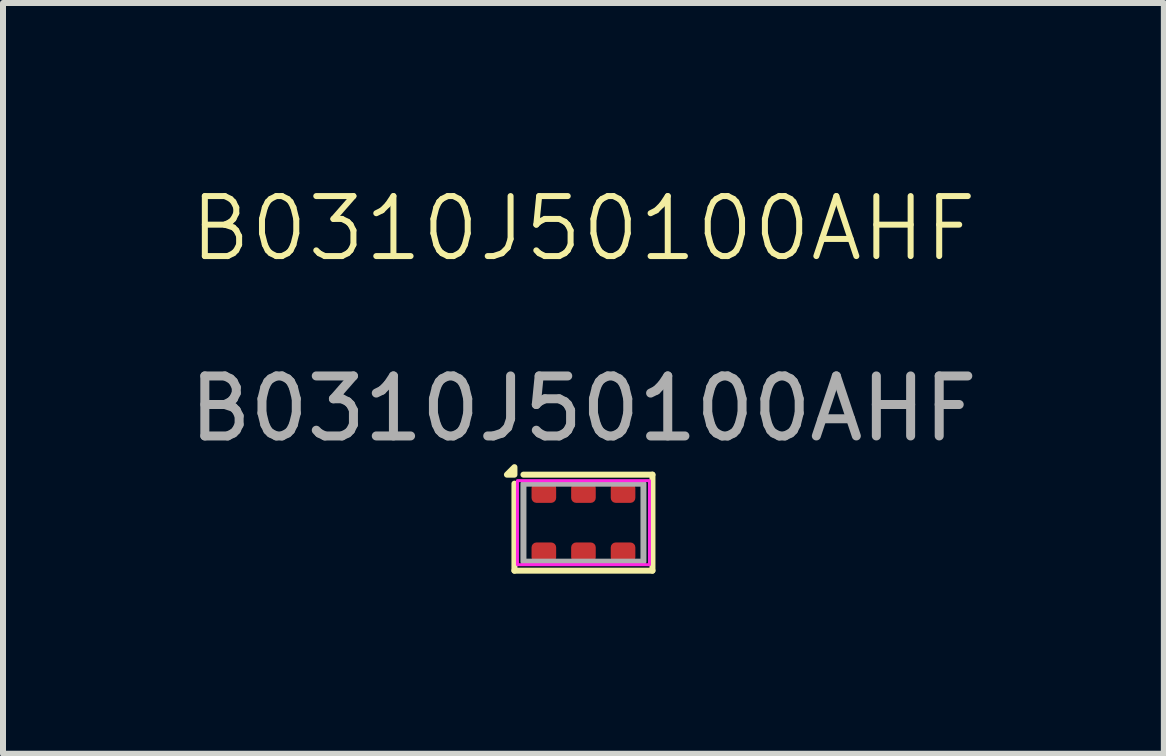
<source format=kicad_pcb>
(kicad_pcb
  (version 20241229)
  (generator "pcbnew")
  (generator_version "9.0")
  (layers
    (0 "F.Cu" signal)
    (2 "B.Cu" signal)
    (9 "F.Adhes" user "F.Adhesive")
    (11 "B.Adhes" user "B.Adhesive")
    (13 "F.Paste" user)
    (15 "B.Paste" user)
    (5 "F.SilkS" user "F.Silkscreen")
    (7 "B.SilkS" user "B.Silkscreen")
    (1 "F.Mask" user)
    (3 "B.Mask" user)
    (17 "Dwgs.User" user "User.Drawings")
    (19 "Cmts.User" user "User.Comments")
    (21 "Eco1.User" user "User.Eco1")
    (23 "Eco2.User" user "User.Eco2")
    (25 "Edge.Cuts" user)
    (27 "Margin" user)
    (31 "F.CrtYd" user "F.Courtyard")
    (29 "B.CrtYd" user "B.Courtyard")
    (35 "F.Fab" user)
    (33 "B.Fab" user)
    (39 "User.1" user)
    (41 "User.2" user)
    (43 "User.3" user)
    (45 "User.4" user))
  (footprint "B0310J50100AHF"
    (layer "F.Cu")
    (at 6.673 5.66)
    (property "Reference" "B0310J50100AHF" (at 0 -4.9 0) (unlocked yes) (layer "F.SilkS") (effects (font (size 1 1) (thickness 0.1))))
    (attr smd)
    (fp_line (start -1.15 -0.65) (end -1.15 0.8) (stroke (width 0.1) (type default)) (layer "F.SilkS"))
    (fp_line (start -1.15 0.8) (end 1.15 0.8) (stroke (width 0.1) (type default)) (layer "F.SilkS"))
    (fp_line (start -1 -0.8) (end 1.15 -0.8) (stroke (width 0.1) (type default)) (layer "F.SilkS"))
    (fp_line (start 1.15 -0.8) (end 1.15 0.8) (stroke (width 0.1) (type default)) (layer "F.SilkS"))
    (fp_poly (pts (xy -1.15 -0.8) (xy -1.275 -0.8) (xy -1.15 -0.925)) (stroke (width 0.1) (type solid)) (fill yes) (layer "F.SilkS"))
    (fp_rect (start -1.1 -0.7) (end 1.1 0.7) (stroke (width 0.05) (type default)) (fill no) (layer "F.CrtYd"))
    (fp_rect (start -1 -0.65) (end 1 0.65) (stroke (width 0.1) (type default)) (fill no) (layer "F.Fab"))
    (fp_text user "${REFERENCE}" (at 0 -1.9 0) (unlocked yes) (layer "F.Fab") (effects (font (size 1 1) (thickness 0.15))))
    (pad "1" smd roundrect (at -0.66 -0.495) (size 0.41 0.33) (layers "F.Cu" "F.Mask" "F.Paste") (roundrect_rratio 0.25))
    (pad "2" smd roundrect (at 0 -0.495) (size 0.41 0.33) (layers "F.Cu" "F.Mask" "F.Paste") (roundrect_rratio 0.25))
    (pad "3" smd roundrect (at 0.66 -0.495) (size 0.41 0.33) (layers "F.Cu" "F.Mask" "F.Paste") (roundrect_rratio 0.25))
    (pad "4" smd roundrect (at 0.66 0.495) (size 0.41 0.33) (layers "F.Cu" "F.Mask" "F.Paste") (roundrect_rratio 0.25))
    (pad "5" smd roundrect (at 0 0.495) (size 0.41 0.33) (layers "F.Cu" "F.Mask" "F.Paste") (roundrect_rratio 0.25))
    (pad "6" smd roundrect (at -0.66 0.495) (size 0.41 0.33) (layers "F.Cu" "F.Mask" "F.Paste") (roundrect_rratio 0.25)))
  (gr_rect
    (start -3 -3)
    (end 16.345 9.511)
    (stroke (width 0.1) (type default))
    (fill no)
    (layer "Edge.Cuts")))
</source>
